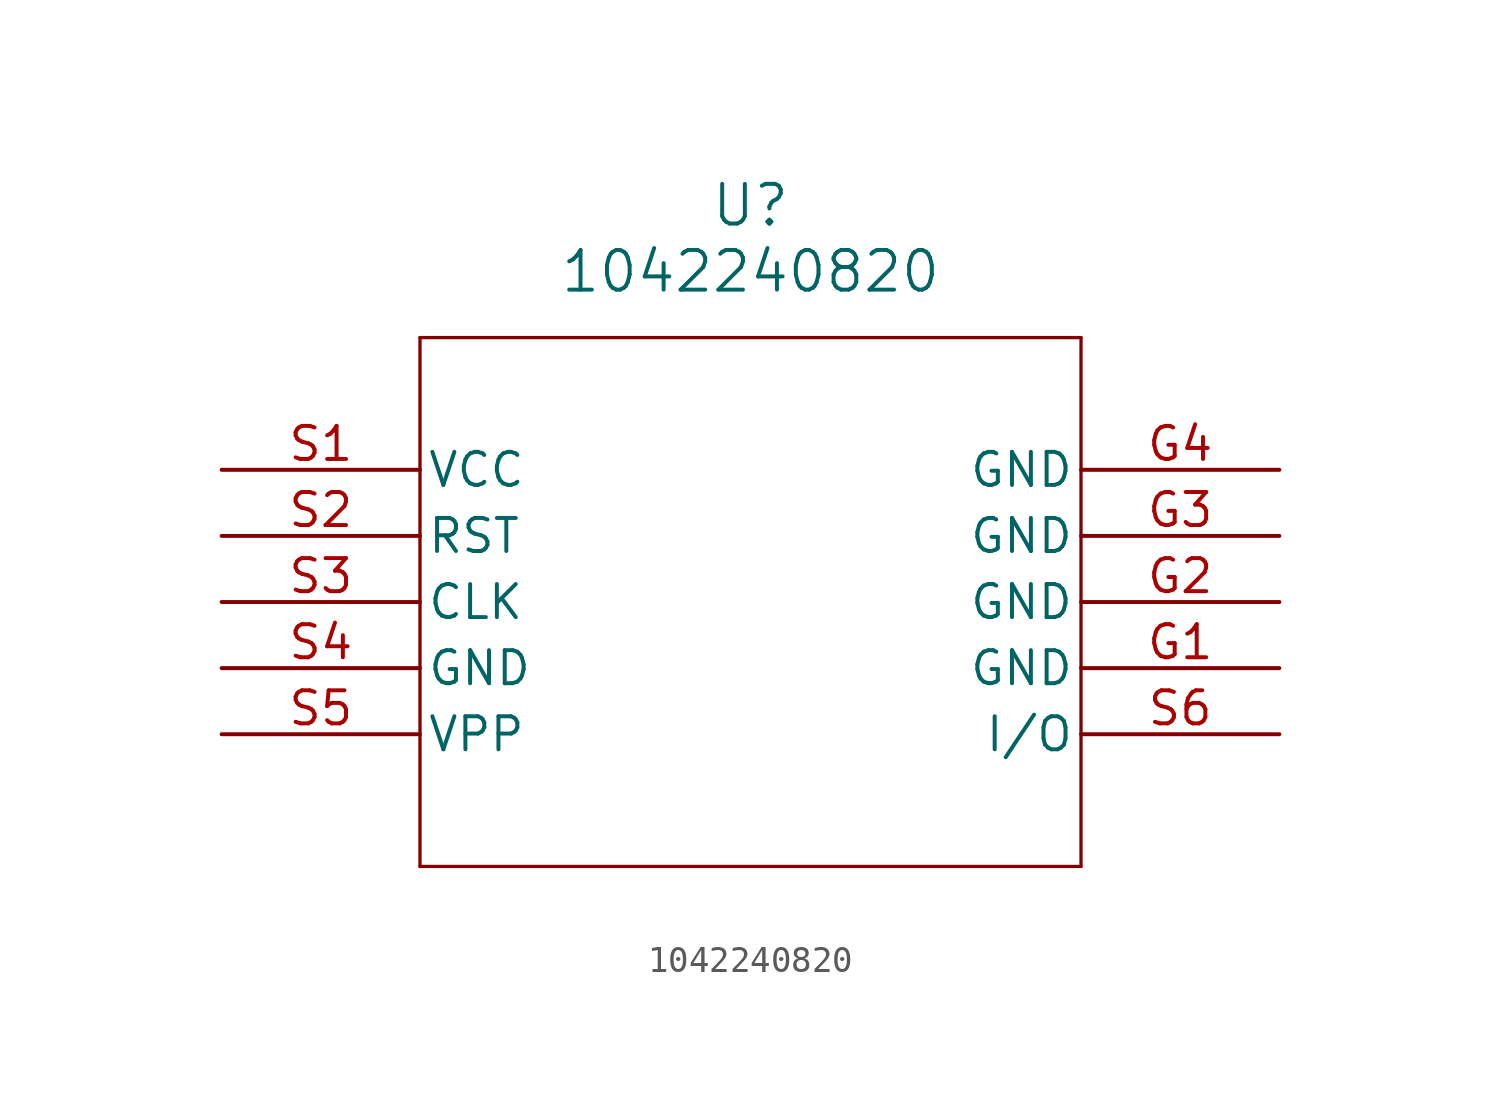
<source format=kicad_sym>
(kicad_symbol_lib
  (version 20211014)
  (generator kicad_symbol_editor)
  (symbol "1042240820"
    (pin_names
      (offset 0.254))
    (property "Reference" "U"
      (at 20.32 10.16 0)
      (effects (font (size 1.524 1.524))))
    (property "Value" "1042240820"
      (at 20.32 7.62 0)
      (effects (font (size 1.524 1.524))))
    (symbol "1042240820_0_1"
      (polyline (pts (xy 7.62 5.08) (xy 7.62 -15.24)) (stroke (width 0.127) (type default) (color 0 0 0 0)) (fill (type none)))
      (polyline (pts (xy 7.62 -15.24) (xy 33.02 -15.24)) (stroke (width 0.127) (type default) (color 0 0 0 0)) (fill (type none)))
      (polyline (pts (xy 33.02 -15.24) (xy 33.02 5.08)) (stroke (width 0.127) (type default) (color 0 0 0 0)) (fill (type none)))
      (polyline (pts (xy 33.02 5.08) (xy 7.62 5.08)) (stroke (width 0.127) (type default) (color 0 0 0 0)) (fill (type none)))
      (pin power_in line (at 0 0 0) (length 7.62) (name "VCC" (effects (font (size 1.27 1.27)))) (number "S1" (effects (font (size 1.27 1.27)))))
      (pin unspecified line (at 0 -2.54 0) (length 7.62) (name "RST" (effects (font (size 1.27 1.27)))) (number "S2" (effects (font (size 1.27 1.27)))))
      (pin unspecified line (at 0 -5.08 0) (length 7.62) (name "CLK" (effects (font (size 1.27 1.27)))) (number "S3" (effects (font (size 1.27 1.27)))))
      (pin power_out line (at 0 -7.62 0) (length 7.62) (name "GND" (effects (font (size 1.27 1.27)))) (number "S4" (effects (font (size 1.27 1.27)))))
      (pin power_in line (at 0 -10.16 0) (length 7.62) (name "VPP" (effects (font (size 1.27 1.27)))) (number "S5" (effects (font (size 1.27 1.27)))))
      (pin unspecified line (at 40.64 -10.16 180) (length 7.62) (name "I/O" (effects (font (size 1.27 1.27)))) (number "S6" (effects (font (size 1.27 1.27)))))
      (pin power_out line (at 40.64 -7.62 180) (length 7.62) (name "GND" (effects (font (size 1.27 1.27)))) (number "G1" (effects (font (size 1.27 1.27)))))
      (pin power_out line (at 40.64 -5.08 180) (length 7.62) (name "GND" (effects (font (size 1.27 1.27)))) (number "G2" (effects (font (size 1.27 1.27)))))
      (pin power_out line (at 40.64 -2.54 180) (length 7.62) (name "GND" (effects (font (size 1.27 1.27)))) (number "G3" (effects (font (size 1.27 1.27)))))
      (pin power_out line (at 40.64 0 180) (length 7.62) (name "GND" (effects (font (size 1.27 1.27)))) (number "G4" (effects (font (size 1.27 1.27))))))))
</source>
